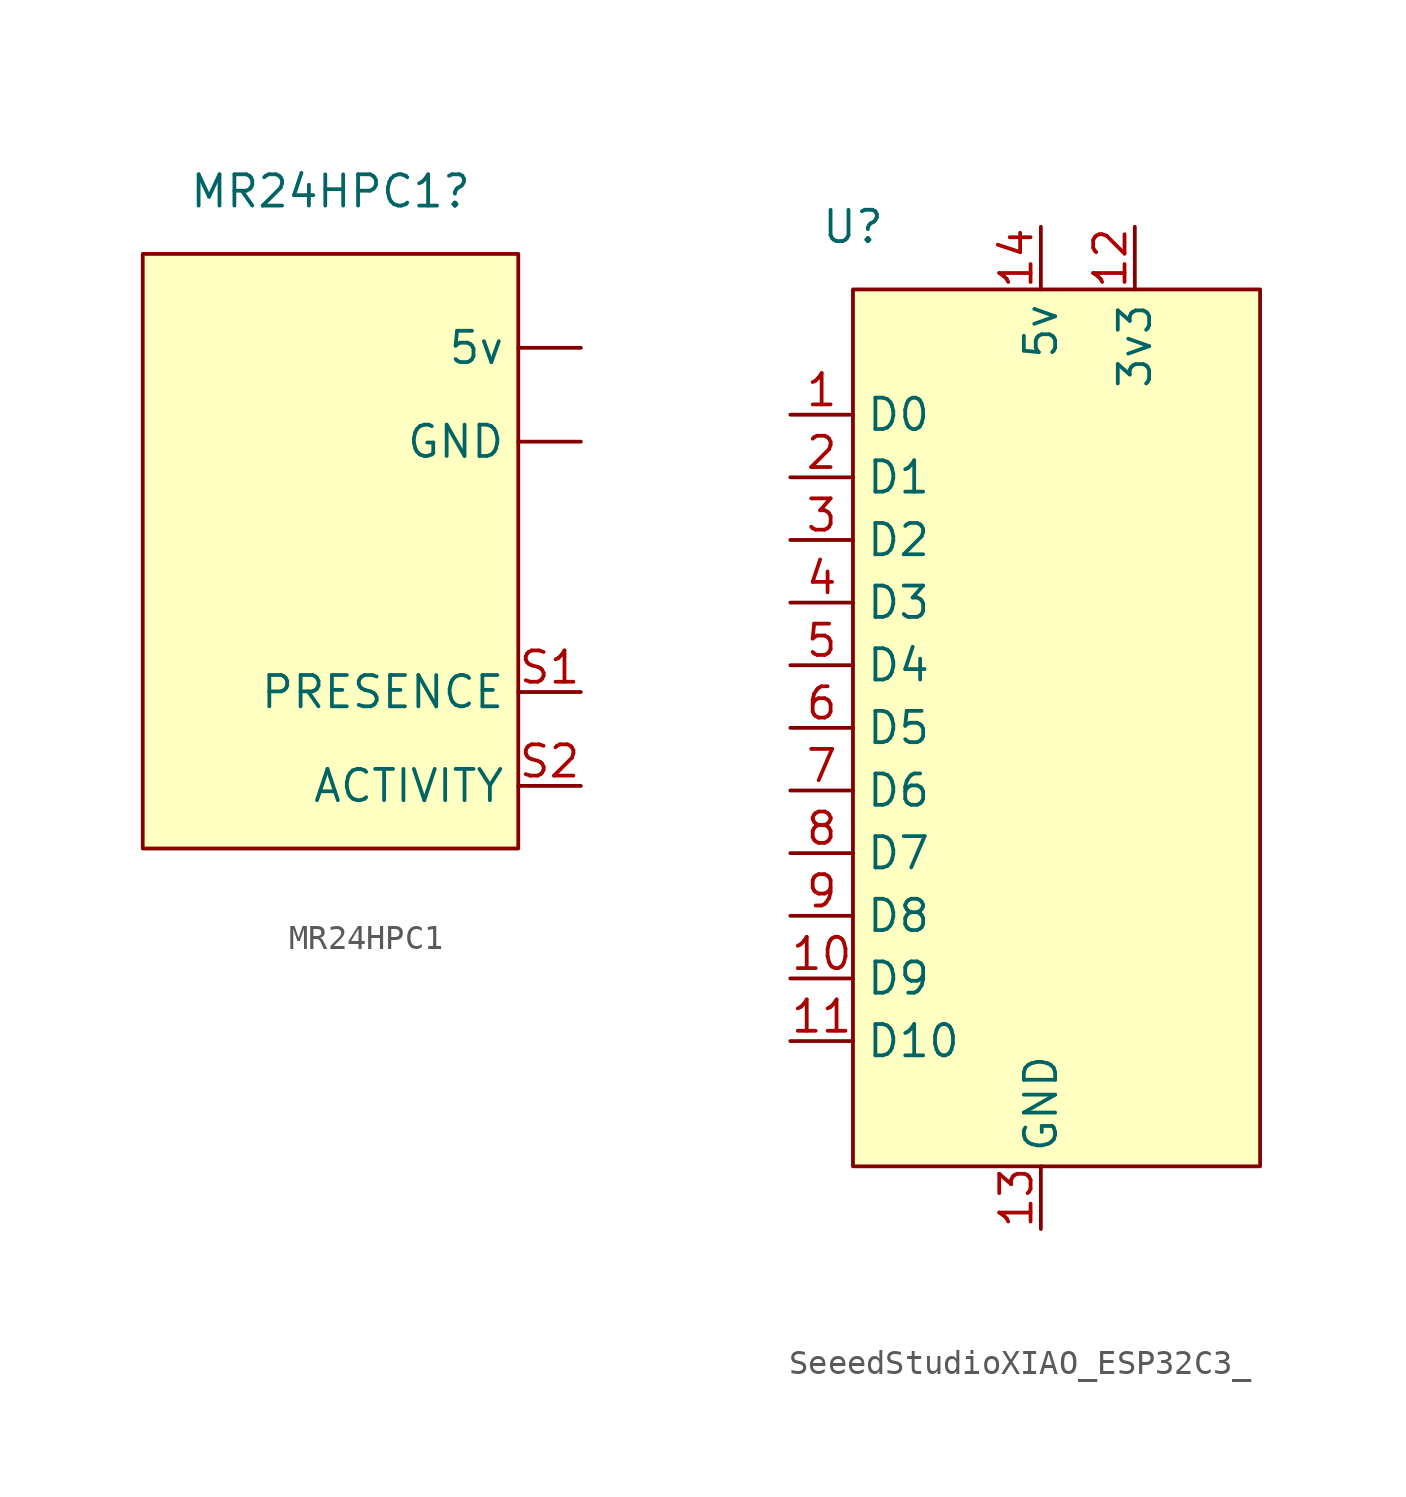
<source format=kicad_sym>
(kicad_symbol_lib
  (version 20220914)
  (generator kicad_symbol_editor)
  (symbol "MR24HPC1"
    (property "Reference" "MR24HPC1"
      (at 0 13.97 0)
      (effects (font (size 1.27 1.27))))
    (property "Value" ""
      (at 2.54 12.7 0)
      (effects (font (size 1.27 1.27))))
    (symbol "MR24HPC1_1_1"
      (rectangle (start -7.62 11.43) (end 7.62 -12.7) (stroke (width 0) (type default)) (fill (type background)))
      (pin power_out line (at 10.16 7.62 180) (length 2.54) (name "5v" (effects (font (size 1.27 1.27)))) (number "" (effects (font (size 1.27 1.27)))))
      (pin power_out line (at 10.16 3.81 180) (length 2.54) (name "GND" (effects (font (size 1.27 1.27)))) (number "" (effects (font (size 1.27 1.27)))))
      (pin output line (at 10.16 -6.35 180) (length 2.54) (name "PRESENCE" (effects (font (size 1.27 1.27)))) (number "S1" (effects (font (size 1.27 1.27)))))
      (pin output line (at 10.16 -10.16 180) (length 2.54) (name "ACTIVITY" (effects (font (size 1.27 1.27)))) (number "S2" (effects (font (size 1.27 1.27)))))))
  (symbol "SeeedStudioXIAO_ESP32C3_"
    (property "Reference" "U"
      (at -7.62 19.05 0)
      (effects (font (size 1.27 1.27))))
    (property "Value" ""
      (at -2.54 19.05 0)
      (effects (font (size 1.27 1.27))))
    (symbol "SeeedStudioXIAO_ESP32C3__1_1"
      (rectangle (start -7.62 16.51) (end 8.89 -19.05) (stroke (width 0) (type default)) (fill (type background)))
      (pin bidirectional line (at -10.16 11.43 0) (length 2.54) (name "D0" (effects (font (size 1.27 1.27)))) (number "1" (effects (font (size 1.27 1.27)))))
      (pin bidirectional line (at -10.16 -11.43 0) (length 2.54) (name "D9" (effects (font (size 1.27 1.27)))) (number "10" (effects (font (size 1.27 1.27)))))
      (pin bidirectional line (at -10.16 -13.97 0) (length 2.54) (name "D10" (effects (font (size 1.27 1.27)))) (number "11" (effects (font (size 1.27 1.27)))))
      (pin power_in line (at 3.81 19.05 270) (length 2.54) (name "3v3" (effects (font (size 1.27 1.27)))) (number "12" (effects (font (size 1.27 1.27)))))
      (pin power_in line (at 0 -21.59 90) (length 2.54) (name "GND" (effects (font (size 1.27 1.27)))) (number "13" (effects (font (size 1.27 1.27)))))
      (pin power_in line (at 0 19.05 270) (length 2.54) (name "5v" (effects (font (size 1.27 1.27)))) (number "14" (effects (font (size 1.27 1.27)))))
      (pin bidirectional line (at -10.16 8.89 0) (length 2.54) (name "D1" (effects (font (size 1.27 1.27)))) (number "2" (effects (font (size 1.27 1.27)))))
      (pin bidirectional line (at -10.16 6.35 0) (length 2.54) (name "D2" (effects (font (size 1.27 1.27)))) (number "3" (effects (font (size 1.27 1.27)))))
      (pin bidirectional line (at -10.16 3.81 0) (length 2.54) (name "D3" (effects (font (size 1.27 1.27)))) (number "4" (effects (font (size 1.27 1.27)))))
      (pin bidirectional line (at -10.16 1.27 0) (length 2.54) (name "D4" (effects (font (size 1.27 1.27)))) (number "5" (effects (font (size 1.27 1.27)))))
      (pin bidirectional line (at -10.16 -1.27 0) (length 2.54) (name "D5" (effects (font (size 1.27 1.27)))) (number "6" (effects (font (size 1.27 1.27)))))
      (pin bidirectional line (at -10.16 -3.81 0) (length 2.54) (name "D6" (effects (font (size 1.27 1.27)))) (number "7" (effects (font (size 1.27 1.27)))))
      (pin bidirectional line (at -10.16 -6.35 0) (length 2.54) (name "D7" (effects (font (size 1.27 1.27)))) (number "8" (effects (font (size 1.27 1.27)))))
      (pin bidirectional line (at -10.16 -8.89 0) (length 2.54) (name "D8" (effects (font (size 1.27 1.27)))) (number "9" (effects (font (size 1.27 1.27))))))))
</source>
